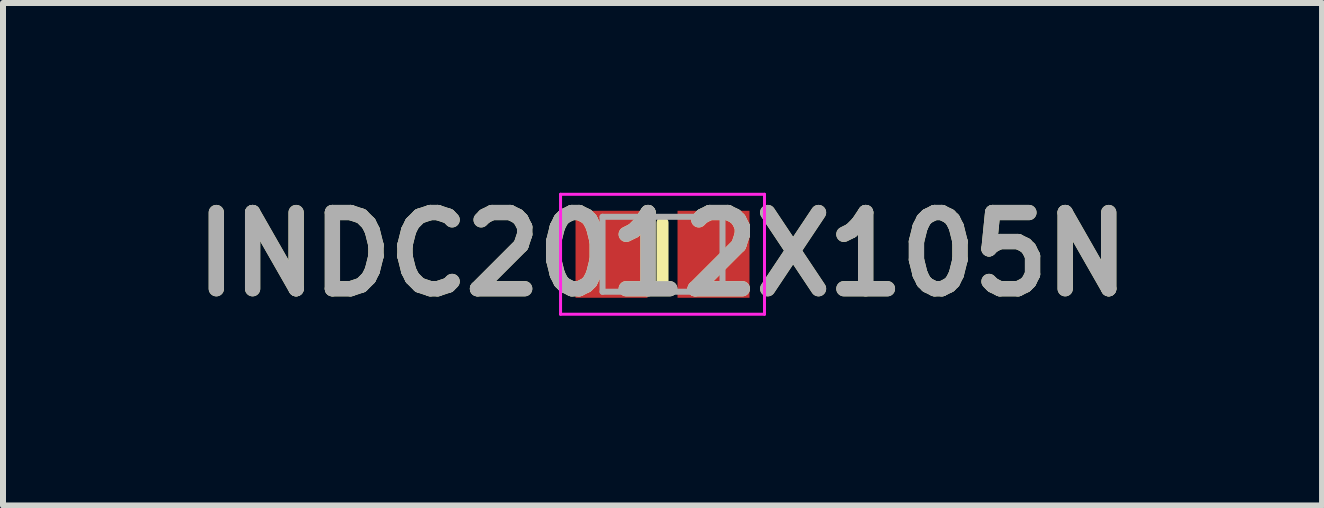
<source format=kicad_pcb>
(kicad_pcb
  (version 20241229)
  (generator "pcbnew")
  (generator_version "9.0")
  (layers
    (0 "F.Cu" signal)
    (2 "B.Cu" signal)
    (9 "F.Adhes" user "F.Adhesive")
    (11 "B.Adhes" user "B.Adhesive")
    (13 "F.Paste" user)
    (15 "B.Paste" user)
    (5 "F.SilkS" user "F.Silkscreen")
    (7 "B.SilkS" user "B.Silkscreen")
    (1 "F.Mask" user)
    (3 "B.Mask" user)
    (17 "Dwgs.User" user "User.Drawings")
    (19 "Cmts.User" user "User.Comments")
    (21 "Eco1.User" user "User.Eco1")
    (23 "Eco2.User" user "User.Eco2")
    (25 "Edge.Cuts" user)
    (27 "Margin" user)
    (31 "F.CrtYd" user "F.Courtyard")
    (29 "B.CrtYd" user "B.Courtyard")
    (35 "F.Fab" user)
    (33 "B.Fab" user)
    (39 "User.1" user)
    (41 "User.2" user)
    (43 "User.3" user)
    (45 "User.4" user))
  (footprint "INDC2012X105N"
    (layer "F.Cu")
    (at 7.995 1.189)
    (property "Reference" "INDC2012X105N" (at 0 0 0) (layer "F.SilkS") (effects (font (size 1.27 1.27) (thickness 0.254))))
    (attr smd)
    (fp_line (start 0 -0.525) (end 0 0.525) (stroke (width 0.2) (type solid)) (layer "F.SilkS"))
    (fp_line (start -1.7 -1) (end 1.7 -1) (stroke (width 0.05) (type solid)) (layer "F.CrtYd"))
    (fp_line (start -1.7 1) (end -1.7 -1) (stroke (width 0.05) (type solid)) (layer "F.CrtYd"))
    (fp_line (start 1.7 -1) (end 1.7 1) (stroke (width 0.05) (type solid)) (layer "F.CrtYd"))
    (fp_line (start 1.7 1) (end -1.7 1) (stroke (width 0.05) (type solid)) (layer "F.CrtYd"))
    (fp_line (start -1 -0.625) (end 1 -0.625) (stroke (width 0.1) (type solid)) (layer "F.Fab"))
    (fp_line (start -1 0.625) (end -1 -0.625) (stroke (width 0.1) (type solid)) (layer "F.Fab"))
    (fp_line (start 1 -0.625) (end 1 0.625) (stroke (width 0.1) (type solid)) (layer "F.Fab"))
    (fp_line (start 1 0.625) (end -1 0.625) (stroke (width 0.1) (type solid)) (layer "F.Fab"))
    (fp_text user "${REFERENCE}" (at 0 0 0) (layer "F.Fab") (effects (font (size 1.27 1.27) (thickness 0.254))))
    (pad "1" smd rect (at -0.85 0) (size 1.2 1.45) (layers "F.Cu" "F.Mask" "F.Paste"))
    (pad "2" smd rect (at 0.85 0) (size 1.2 1.45) (layers "F.Cu" "F.Mask" "F.Paste")))
  (gr_rect
    (start -3 -3)
    (end 18.99 5.377)
    (stroke (width 0.1) (type default))
    (fill no)
    (layer "Edge.Cuts")))
</source>
